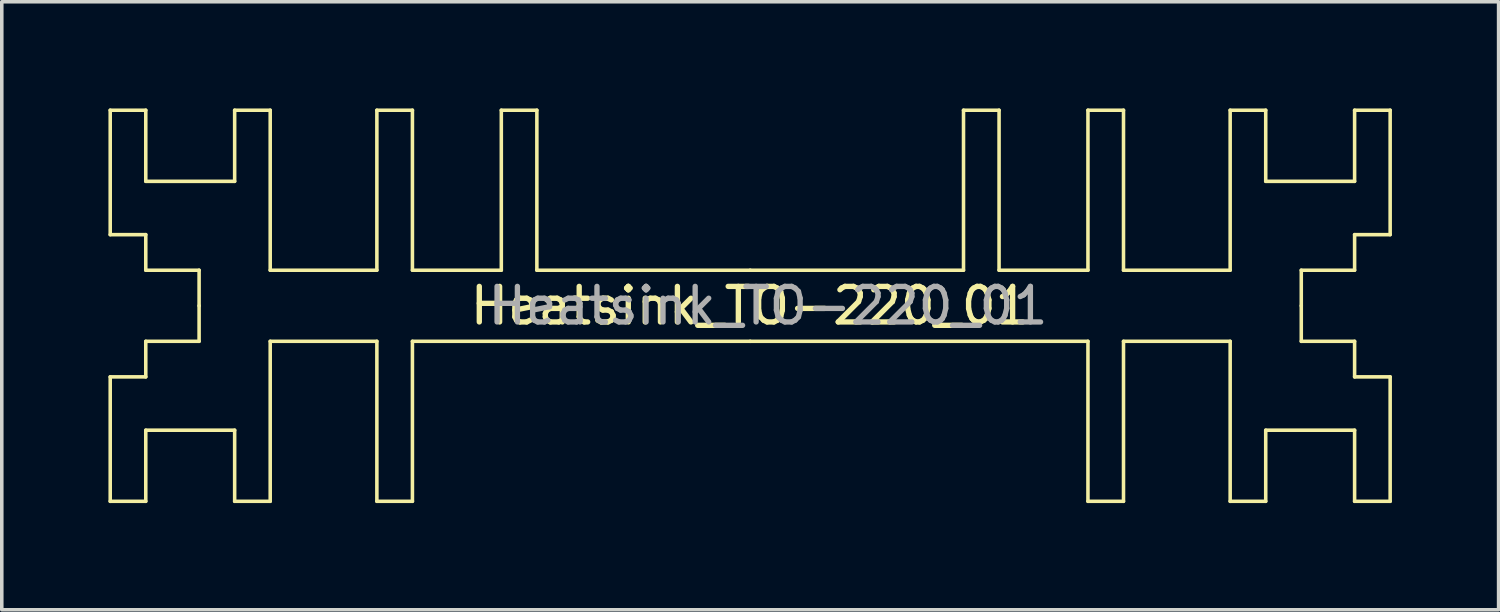
<source format=kicad_pcb>
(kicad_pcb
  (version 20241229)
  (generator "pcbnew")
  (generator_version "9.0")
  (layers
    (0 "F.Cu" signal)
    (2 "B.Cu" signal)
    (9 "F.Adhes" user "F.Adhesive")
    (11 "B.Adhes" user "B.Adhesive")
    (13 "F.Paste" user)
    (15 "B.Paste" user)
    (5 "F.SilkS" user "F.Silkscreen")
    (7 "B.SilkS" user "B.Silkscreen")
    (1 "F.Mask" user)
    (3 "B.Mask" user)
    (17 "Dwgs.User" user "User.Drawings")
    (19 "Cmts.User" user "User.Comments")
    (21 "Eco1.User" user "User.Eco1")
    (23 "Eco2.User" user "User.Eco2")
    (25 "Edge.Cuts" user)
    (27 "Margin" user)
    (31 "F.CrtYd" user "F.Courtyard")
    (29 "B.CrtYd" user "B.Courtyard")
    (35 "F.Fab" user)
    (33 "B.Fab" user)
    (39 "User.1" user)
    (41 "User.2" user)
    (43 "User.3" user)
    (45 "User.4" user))
  (footprint "Heatsink_TO-220_01"
    (layer "F.Cu")
    (at 18.05 5.55)
    (property "Reference" "Heatsink_TO-220_01" (at 0 0 0) (layer "F.SilkS") (effects (font (size 1 1) (thickness 0.15))))
    (attr through_hole)
    (fp_line (start -18 -5.5) (end -17 -5.5) (stroke (width 0.1) (type default)) (layer "F.SilkS"))
    (fp_line (start -18 -2) (end -18 -5.5) (stroke (width 0.1) (type default)) (layer "F.SilkS"))
    (fp_line (start -18 -2) (end -17 -2) (stroke (width 0.1) (type default)) (layer "F.SilkS"))
    (fp_line (start -18 2) (end -17 2) (stroke (width 0.1) (type default)) (layer "F.SilkS"))
    (fp_line (start -18 5.5) (end -18 2) (stroke (width 0.1) (type default)) (layer "F.SilkS"))
    (fp_line (start -18 5.5) (end -17 5.5) (stroke (width 0.1) (type default)) (layer "F.SilkS"))
    (fp_line (start -17 -5.5) (end -17 -3.5) (stroke (width 0.1) (type default)) (layer "F.SilkS"))
    (fp_line (start -17 -3.5) (end -14.5 -3.5) (stroke (width 0.1) (type default)) (layer "F.SilkS"))
    (fp_line (start -17 -2) (end -17 -1) (stroke (width 0.1) (type default)) (layer "F.SilkS"))
    (fp_line (start -17 -1) (end -15.5 -1) (stroke (width 0.1) (type default)) (layer "F.SilkS"))
    (fp_line (start -17 1) (end -17 2) (stroke (width 0.1) (type default)) (layer "F.SilkS"))
    (fp_line (start -17 1) (end -15.5 1) (stroke (width 0.1) (type default)) (layer "F.SilkS"))
    (fp_line (start -17 3.5) (end -17 5.5) (stroke (width 0.1) (type default)) (layer "F.SilkS"))
    (fp_line (start -17 3.5) (end -14.5 3.5) (stroke (width 0.1) (type default)) (layer "F.SilkS"))
    (fp_line (start -15.5 -1) (end -15.5 0) (stroke (width 0.1) (type default)) (layer "F.SilkS"))
    (fp_line (start -15.5 0) (end -15.5 1) (stroke (width 0.1) (type default)) (layer "F.SilkS"))
    (fp_line (start -14.5 -5.5) (end -13.5 -5.5) (stroke (width 0.1) (type default)) (layer "F.SilkS"))
    (fp_line (start -14.5 -3.5) (end -14.5 -5.5) (stroke (width 0.1) (type default)) (layer "F.SilkS"))
    (fp_line (start -14.5 5.5) (end -14.5 3.5) (stroke (width 0.1) (type default)) (layer "F.SilkS"))
    (fp_line (start -14.5 5.5) (end -13.5 5.5) (stroke (width 0.1) (type default)) (layer "F.SilkS"))
    (fp_line (start -13.5 -5.5) (end -13.5 -1) (stroke (width 0.1) (type default)) (layer "F.SilkS"))
    (fp_line (start -13.5 -1) (end -10.5 -1) (stroke (width 0.1) (type default)) (layer "F.SilkS"))
    (fp_line (start -13.5 1) (end -13.5 5.5) (stroke (width 0.1) (type default)) (layer "F.SilkS"))
    (fp_line (start -13.5 1) (end -10.5 1) (stroke (width 0.1) (type default)) (layer "F.SilkS"))
    (fp_line (start -10.5 -5.5) (end -9.5 -5.5) (stroke (width 0.1) (type default)) (layer "F.SilkS"))
    (fp_line (start -10.5 -1) (end -10.5 -5.5) (stroke (width 0.1) (type default)) (layer "F.SilkS"))
    (fp_line (start -10.5 5.5) (end -10.5 1) (stroke (width 0.1) (type default)) (layer "F.SilkS"))
    (fp_line (start -10.5 5.5) (end -9.5 5.5) (stroke (width 0.1) (type default)) (layer "F.SilkS"))
    (fp_line (start -9.5 -5.5) (end -9.5 -1) (stroke (width 0.1) (type default)) (layer "F.SilkS"))
    (fp_line (start -9.5 -1) (end -7 -1) (stroke (width 0.1) (type default)) (layer "F.SilkS"))
    (fp_line (start -9.5 1) (end -9.5 5.5) (stroke (width 0.1) (type default)) (layer "F.SilkS"))
    (fp_line (start -9.5 1) (end 0 1) (stroke (width 0.1) (type default)) (layer "F.SilkS"))
    (fp_line (start -7 -5.5) (end -6 -5.5) (stroke (width 0.1) (type default)) (layer "F.SilkS"))
    (fp_line (start -7 -1) (end -7 -5.5) (stroke (width 0.1) (type default)) (layer "F.SilkS"))
    (fp_line (start -6 -5.5) (end -6 -1) (stroke (width 0.1) (type default)) (layer "F.SilkS"))
    (fp_line (start -6 -1) (end 0 -1) (stroke (width 0.1) (type default)) (layer "F.SilkS"))
    (fp_line (start 6 -5.5) (end 6 -1) (stroke (width 0.1) (type default)) (layer "F.SilkS"))
    (fp_line (start 6 -1) (end 0 -1) (stroke (width 0.1) (type default)) (layer "F.SilkS"))
    (fp_line (start 7 -5.5) (end 6 -5.5) (stroke (width 0.1) (type default)) (layer "F.SilkS"))
    (fp_line (start 7 -1) (end 7 -5.5) (stroke (width 0.1) (type default)) (layer "F.SilkS"))
    (fp_line (start 9.5 -5.5) (end 9.5 -1) (stroke (width 0.1) (type default)) (layer "F.SilkS"))
    (fp_line (start 9.5 -1) (end 7 -1) (stroke (width 0.1) (type default)) (layer "F.SilkS"))
    (fp_line (start 9.5 1) (end 0 1) (stroke (width 0.1) (type default)) (layer "F.SilkS"))
    (fp_line (start 9.5 1) (end 9.5 5.5) (stroke (width 0.1) (type default)) (layer "F.SilkS"))
    (fp_line (start 10.5 -5.5) (end 9.5 -5.5) (stroke (width 0.1) (type default)) (layer "F.SilkS"))
    (fp_line (start 10.5 -1) (end 10.5 -5.5) (stroke (width 0.1) (type default)) (layer "F.SilkS"))
    (fp_line (start 10.5 5.5) (end 9.5 5.5) (stroke (width 0.1) (type default)) (layer "F.SilkS"))
    (fp_line (start 10.5 5.5) (end 10.5 1) (stroke (width 0.1) (type default)) (layer "F.SilkS"))
    (fp_line (start 13.5 -5.5) (end 13.5 -1) (stroke (width 0.1) (type default)) (layer "F.SilkS"))
    (fp_line (start 13.5 -1) (end 10.5 -1) (stroke (width 0.1) (type default)) (layer "F.SilkS"))
    (fp_line (start 13.5 1) (end 10.5 1) (stroke (width 0.1) (type default)) (layer "F.SilkS"))
    (fp_line (start 13.5 1) (end 13.5 5.5) (stroke (width 0.1) (type default)) (layer "F.SilkS"))
    (fp_line (start 14.5 -5.5) (end 13.5 -5.5) (stroke (width 0.1) (type default)) (layer "F.SilkS"))
    (fp_line (start 14.5 -3.5) (end 14.5 -5.5) (stroke (width 0.1) (type default)) (layer "F.SilkS"))
    (fp_line (start 14.5 5.5) (end 13.5 5.5) (stroke (width 0.1) (type default)) (layer "F.SilkS"))
    (fp_line (start 14.5 5.5) (end 14.5 3.5) (stroke (width 0.1) (type default)) (layer "F.SilkS"))
    (fp_line (start 15.5 -1) (end 15.5 0) (stroke (width 0.1) (type default)) (layer "F.SilkS"))
    (fp_line (start 15.5 0) (end 15.5 1) (stroke (width 0.1) (type default)) (layer "F.SilkS"))
    (fp_line (start 17 -5.5) (end 17 -3.5) (stroke (width 0.1) (type default)) (layer "F.SilkS"))
    (fp_line (start 17 -3.5) (end 14.5 -3.5) (stroke (width 0.1) (type default)) (layer "F.SilkS"))
    (fp_line (start 17 -2) (end 17 -1) (stroke (width 0.1) (type default)) (layer "F.SilkS"))
    (fp_line (start 17 -1) (end 15.5 -1) (stroke (width 0.1) (type default)) (layer "F.SilkS"))
    (fp_line (start 17 1) (end 15.5 1) (stroke (width 0.1) (type default)) (layer "F.SilkS"))
    (fp_line (start 17 1) (end 17 2) (stroke (width 0.1) (type default)) (layer "F.SilkS"))
    (fp_line (start 17 3.5) (end 14.5 3.5) (stroke (width 0.1) (type default)) (layer "F.SilkS"))
    (fp_line (start 17 3.5) (end 17 5.5) (stroke (width 0.1) (type default)) (layer "F.SilkS"))
    (fp_line (start 18 -5.5) (end 17 -5.5) (stroke (width 0.1) (type default)) (layer "F.SilkS"))
    (fp_line (start 18 -2) (end 17 -2) (stroke (width 0.1) (type default)) (layer "F.SilkS"))
    (fp_line (start 18 -2) (end 18 -5.5) (stroke (width 0.1) (type default)) (layer "F.SilkS"))
    (fp_line (start 18 2) (end 17 2) (stroke (width 0.1) (type default)) (layer "F.SilkS"))
    (fp_line (start 18 5.5) (end 17 5.5) (stroke (width 0.1) (type default)) (layer "F.SilkS"))
    (fp_line (start 18 5.5) (end 18 2) (stroke (width 0.1) (type default)) (layer "F.SilkS"))
    (fp_text user "${REFERENCE}" (at 0.5 0 0) (layer "F.Fab") (effects (font (size 1 1) (thickness 0.15)))))
  (gr_rect
    (start -3 -3)
    (end 39.1 14.1)
    (stroke (width 0.1) (type default))
    (fill no)
    (layer "Edge.Cuts")))
</source>
